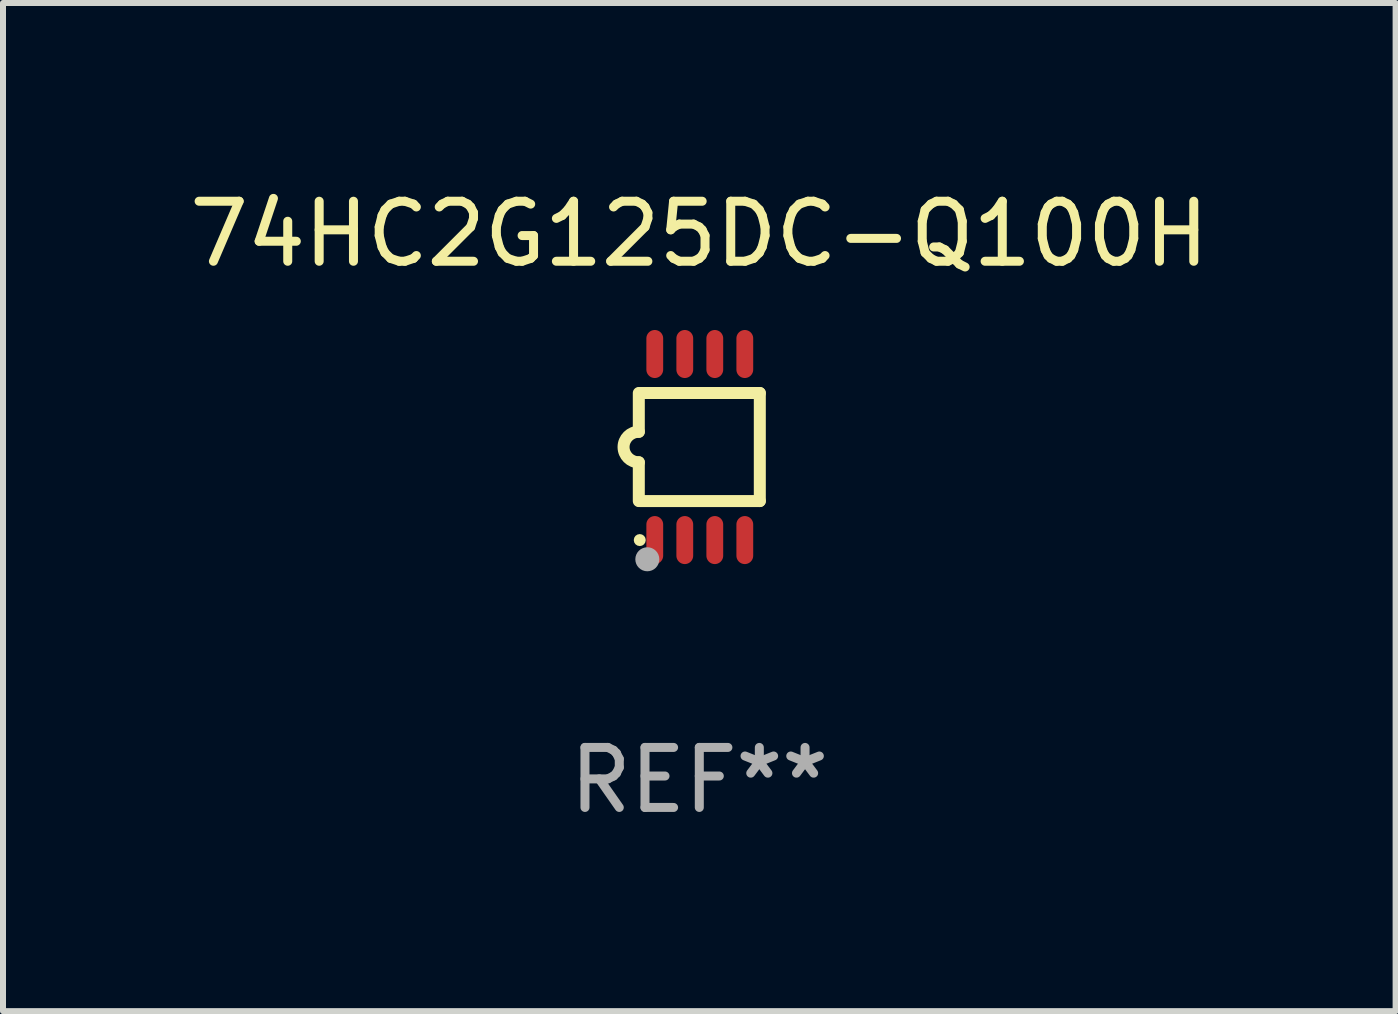
<source format=kicad_pcb>
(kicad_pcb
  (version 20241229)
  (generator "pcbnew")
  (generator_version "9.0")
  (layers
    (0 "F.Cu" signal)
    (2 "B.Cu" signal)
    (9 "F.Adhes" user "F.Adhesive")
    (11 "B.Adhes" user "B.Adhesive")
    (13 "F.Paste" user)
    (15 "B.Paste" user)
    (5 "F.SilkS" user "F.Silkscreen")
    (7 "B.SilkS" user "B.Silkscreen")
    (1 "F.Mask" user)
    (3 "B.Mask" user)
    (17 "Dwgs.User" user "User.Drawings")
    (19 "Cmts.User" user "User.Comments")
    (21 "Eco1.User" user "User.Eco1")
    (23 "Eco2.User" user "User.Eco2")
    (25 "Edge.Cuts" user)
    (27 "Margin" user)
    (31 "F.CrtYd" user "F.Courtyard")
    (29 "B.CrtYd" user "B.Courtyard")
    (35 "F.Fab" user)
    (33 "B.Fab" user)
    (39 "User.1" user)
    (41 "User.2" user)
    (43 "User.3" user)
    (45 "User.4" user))
  (footprint "74HC2G125DC-Q100H"
    (layer "F.Cu")
    (at 8.601 4.398)
    (property "Reference" "74HC2G125DC-Q100H" (at 0 -3.55 0) (layer "F.SilkS") (effects (font (size 1 1) (thickness 0.15))))
    (attr through_hole)
    (fp_line (start -1.008 -0.254) (end -1.008 -0.9) (stroke (width 0.2) (type solid)) (layer "F.SilkS"))
    (fp_line (start -1.008 0.254) (end -1.008 0.9) (stroke (width 0.2) (type solid)) (layer "F.SilkS"))
    (fp_line (start -0.992 0.9) (end 1.008 0.9) (stroke (width 0.2) (type solid)) (layer "F.SilkS"))
    (fp_line (start 1.008 -0.9) (end -0.992 -0.9) (stroke (width 0.2) (type solid)) (layer "F.SilkS"))
    (fp_line (start 1.008 0.9) (end 1.008 -0.9) (stroke (width 0.2) (type solid)) (layer "F.SilkS"))
    (fp_arc (start -1.008001 0.254001) (mid -1.262002 0) (end -1.008001 -0.254001) (stroke (width 0.2) (type solid)) (layer "F.SilkS"))
    (fp_circle (center -0.992 1.55) (end -0.942 1.55) (stroke (width 0.1) (type solid)) (fill no) (layer "F.SilkS"))
    (fp_circle (center -0.866 1.87) (end -0.766 1.87) (stroke (width 0.2) (type solid)) (fill no) (layer "F.Fab"))
    (fp_text user "REF**" (at 0 5.55 0) (layer "F.Fab") (effects (font (size 1 1) (thickness 0.15))))
    (pad "1" smd oval (at -0.742 1.55 270) (size 0.8 0.28) (layers "F.Cu" "F.Mask" "F.Paste"))
    (pad "2" smd oval (at -0.242 1.55 270) (size 0.8 0.28) (layers "F.Cu" "F.Mask" "F.Paste"))
    (pad "3" smd oval (at 0.258 1.55 270) (size 0.8 0.28) (layers "F.Cu" "F.Mask" "F.Paste"))
    (pad "4" smd oval (at 0.758 1.55 270) (size 0.8 0.28) (layers "F.Cu" "F.Mask" "F.Paste"))
    (pad "5" smd oval (at 0.758 -1.55 270) (size 0.8 0.28) (layers "F.Cu" "F.Mask" "F.Paste"))
    (pad "6" smd oval (at 0.258 -1.55 270) (size 0.8 0.28) (layers "F.Cu" "F.Mask" "F.Paste"))
    (pad "7" smd oval (at -0.242 -1.55 270) (size 0.8 0.28) (layers "F.Cu" "F.Mask" "F.Paste"))
    (pad "8" smd oval (at -0.742 -1.55 270) (size 0.8 0.28) (layers "F.Cu" "F.Mask" "F.Paste")))
  (gr_rect
    (start -3 -3)
    (end 20.202 13.796)
    (stroke (width 0.1) (type default))
    (fill no)
    (layer "Edge.Cuts")))
</source>
